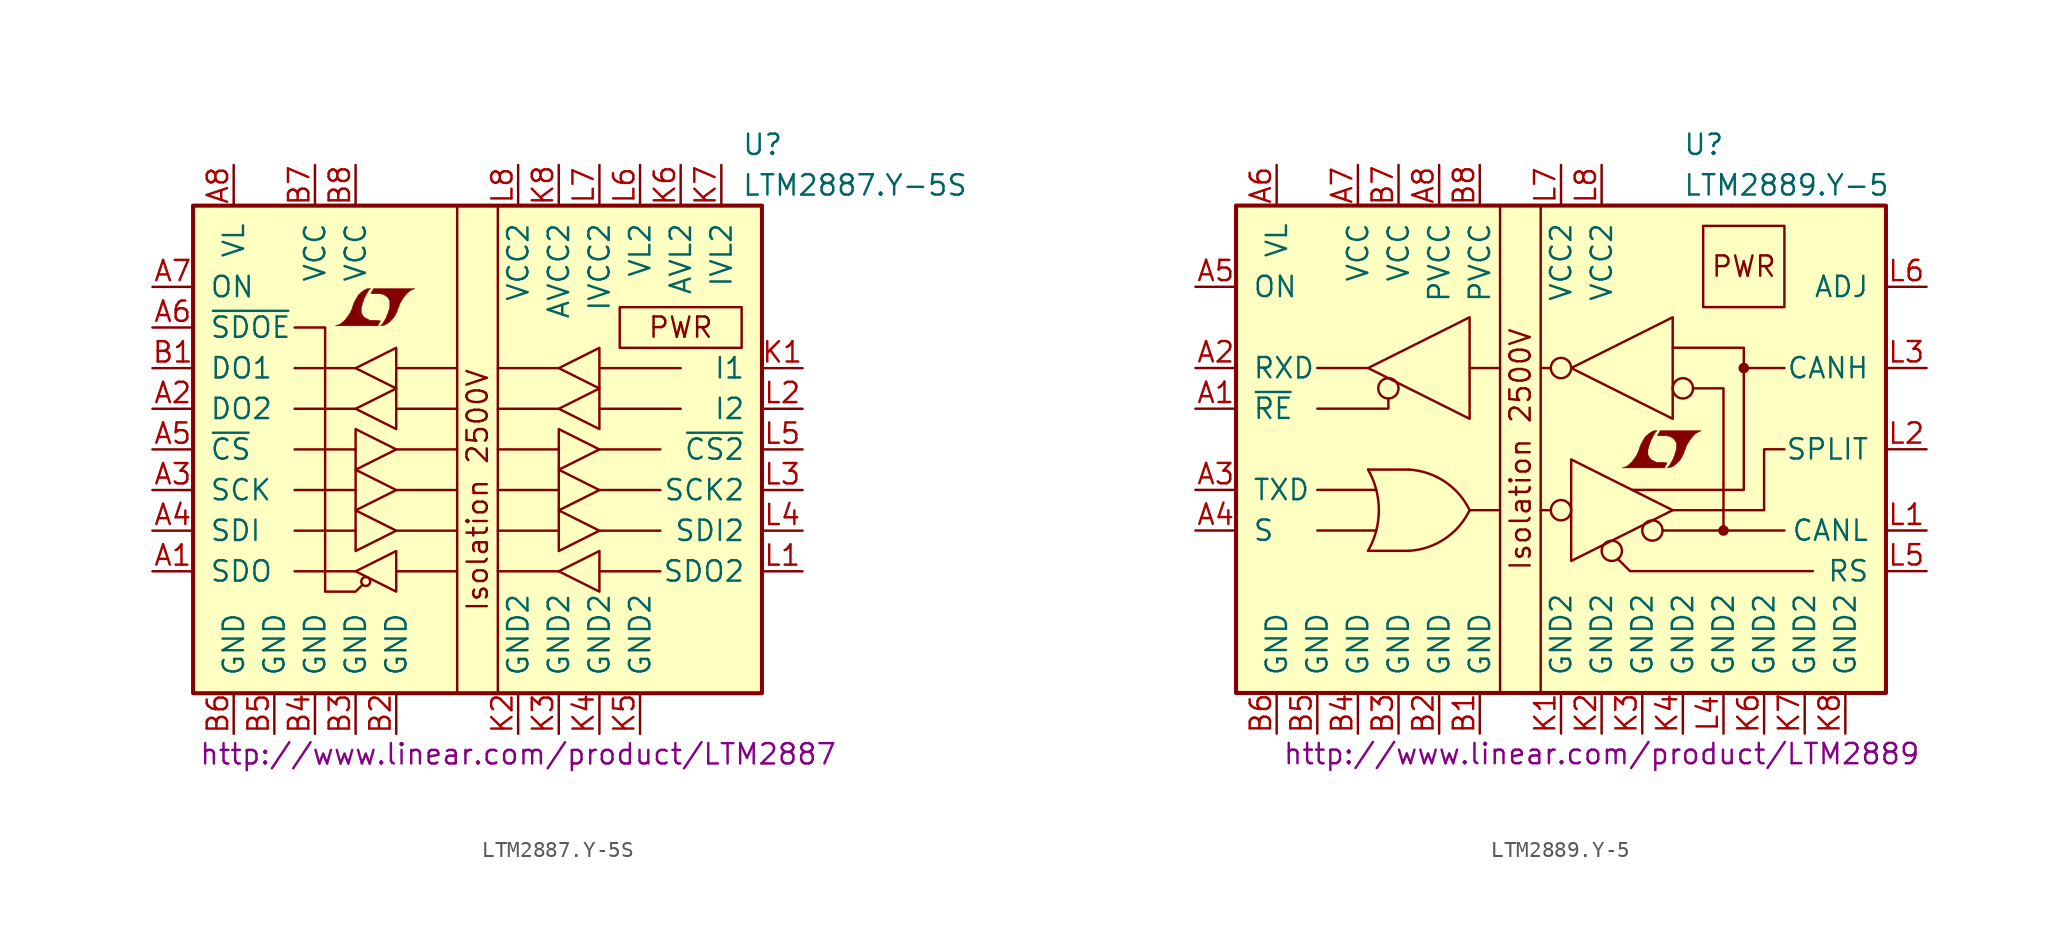
<source format=kicad_sym>
(kicad_symbol_lib
  (version 20201005)
  (generator kicad_symbol_editor)
  (symbol "LTM2887.Y-5S"
    (pin_names
      (offset 1.016))
    (property "Reference" "U"
      (at 16.51 19.05 0)
      (effects (font (size 1.27 1.27)) (justify left)))
    (property "Value" "LTM2887.Y-5S"
      (at 16.51 16.51 0)
      (effects (font (size 1.27 1.27)) (justify left)))
    (property "Datasheet" "http://www.linear.com/product/LTM2887"
      (at 2.54 -19.05 0)
      (effects (font (size 1.27 1.27))))
    (symbol "LTM2887.Y-5S_0_0"
      (text "Isolation 2500V" (at 0 -2.54 900) (effects (font (size 1.27 1.27))))
      (text "PWR" (at 12.7 7.62 0) (effects (font (size 1.27 1.27))))
      (rectangle (start 8.89 8.89) (end 16.51 6.35) (stroke (width 0)) (fill (type none)))
      (polyline (pts (xy -6.147 7.899) (xy -6.121 7.925) (xy -6.071 8.026) (xy -6.071 8.052) (xy -6.198 8.052) (xy -6.299 8.077) (xy -6.756 8.077) (xy -6.782 8.103) (xy -7.036 8.23) (xy -7.137 8.331) (xy -7.214 8.458) (xy -7.264 8.56) (xy -7.264 8.865) (xy -7.214 9.017) (xy -7.188 9.119) (xy -7.163 9.195) (xy -7.112 9.322) (xy -7.061 9.474) (xy -6.985 9.601) (xy -6.934 9.728) (xy -6.858 9.83) (xy -6.807 9.931) (xy -6.68 10.058) (xy -6.858 10.058) (xy -6.985 10.008) (xy -7.087 9.957) (xy -7.163 9.906) (xy -7.29 9.804) (xy -7.468 9.627) (xy -7.722 9.169) (xy -7.823 8.89) (xy -7.823 8.839) (xy -7.874 8.738) (xy -7.925 8.611) (xy -7.976 8.509) (xy -8.103 8.331) (xy -8.255 8.128) (xy -8.407 7.976) (xy -8.56 7.849) (xy -8.738 7.772) (xy -8.89 7.722) (xy -6.223 7.722) (xy -6.147 7.899)) (stroke (width 0.025)) (fill (type outline)))
      (polyline (pts (xy -5.944 7.747) (xy -5.867 7.747) (xy -5.69 7.823) (xy -5.537 7.925) (xy -5.258 8.204) (xy -5.131 8.407) (xy -5.029 8.611) (xy -4.953 8.865) (xy -4.928 8.865) (xy -4.851 9.119) (xy -4.597 9.525) (xy -4.445 9.703) (xy -4.293 9.855) (xy -4.14 9.957) (xy -3.962 10.033) (xy -3.937 10.033) (xy -3.937 10.058) (xy -6.502 10.058) (xy -6.579 9.906) (xy -6.604 9.881) (xy -6.655 9.779) (xy -6.68 9.754) (xy -6.629 9.754) (xy -6.579 9.728) (xy -6.045 9.728) (xy -5.994 9.703) (xy -5.944 9.703) (xy -5.867 9.677) (xy -5.74 9.601) (xy -5.613 9.5) (xy -5.537 9.373) (xy -5.512 9.322) (xy -5.486 9.296) (xy -5.486 8.89) (xy -5.512 8.839) (xy -5.512 8.763) (xy -5.563 8.661) (xy -5.588 8.534) (xy -5.664 8.382) (xy -5.715 8.23) (xy -5.867 7.976) (xy -5.918 7.874) (xy -6.071 7.722) (xy -5.944 7.747)) (stroke (width 0.025)) (fill (type outline))))
    (symbol "LTM2887.Y-5S_0_1"
      (circle (center -6.985 -8.255) (radius 0.279) (stroke (width 0)) (fill (type none)))
      (rectangle (start -17.78 15.24) (end 17.78 -15.24) (stroke (width 0.254)) (fill (type background)))
      (rectangle (start -1.27 15.24) (end 1.27 -15.24) (stroke (width 0)) (fill (type none)))
      (polyline (pts (xy -11.43 -5.08) (xy -7.62 -5.08)) (stroke (width 0)) (fill (type none)))
      (polyline (pts (xy -11.43 -2.54) (xy -7.62 -2.54)) (stroke (width 0)) (fill (type none)))
      (polyline (pts (xy -7.62 -7.62) (xy -11.43 -7.62)) (stroke (width 0)) (fill (type none)))
      (polyline (pts (xy -7.62 0) (xy -11.43 0)) (stroke (width 0)) (fill (type none)))
      (polyline (pts (xy -7.62 2.54) (xy -11.43 2.54)) (stroke (width 0)) (fill (type none)))
      (polyline (pts (xy -7.62 5.08) (xy -11.43 5.08)) (stroke (width 0)) (fill (type none)))
      (polyline (pts (xy -5.08 -7.62) (xy -1.27 -7.62)) (stroke (width 0)) (fill (type none)))
      (polyline (pts (xy -5.08 -5.08) (xy -1.27 -5.08)) (stroke (width 0)) (fill (type none)))
      (polyline (pts (xy -5.08 -2.54) (xy -1.27 -2.54)) (stroke (width 0)) (fill (type none)))
      (polyline (pts (xy -5.08 0) (xy -1.27 0)) (stroke (width 0)) (fill (type none)))
      (polyline (pts (xy -5.08 2.54) (xy -1.27 2.54)) (stroke (width 0)) (fill (type none)))
      (polyline (pts (xy -5.08 5.08) (xy -1.27 5.08)) (stroke (width 0)) (fill (type none)))
      (polyline (pts (xy 1.27 -5.08) (xy 5.08 -5.08)) (stroke (width 0)) (fill (type none)))
      (polyline (pts (xy 1.27 -2.54) (xy 5.08 -2.54)) (stroke (width 0)) (fill (type none)))
      (polyline (pts (xy 5.08 -7.62) (xy 1.27 -7.62)) (stroke (width 0)) (fill (type none)))
      (polyline (pts (xy 5.08 0) (xy 1.27 0)) (stroke (width 0)) (fill (type none)))
      (polyline (pts (xy 5.08 2.54) (xy 1.27 2.54)) (stroke (width 0)) (fill (type none)))
      (polyline (pts (xy 5.08 5.08) (xy 1.27 5.08)) (stroke (width 0)) (fill (type none)))
      (polyline (pts (xy 7.62 -7.62) (xy 11.43 -7.62)) (stroke (width 0)) (fill (type none)))
      (polyline (pts (xy 7.62 -5.08) (xy 11.43 -5.08)) (stroke (width 0)) (fill (type none)))
      (polyline (pts (xy 7.62 -2.54) (xy 11.43 -2.54)) (stroke (width 0)) (fill (type none)))
      (polyline (pts (xy 7.62 0) (xy 11.43 0)) (stroke (width 0)) (fill (type none)))
      (polyline (pts (xy 7.62 2.54) (xy 12.7 2.54)) (stroke (width 0)) (fill (type none)))
      (polyline (pts (xy 7.62 5.08) (xy 12.7 5.08)) (stroke (width 0)) (fill (type none)))
      (polyline (pts (xy -7.62 -7.62) (xy -5.08 -6.35) (xy -5.08 -8.89) (xy -7.62 -7.62)) (stroke (width 0)) (fill (type none)))
      (polyline (pts (xy -7.62 -6.35) (xy -7.62 -3.81) (xy -5.08 -5.08) (xy -7.62 -6.35)) (stroke (width 0)) (fill (type none)))
      (polyline (pts (xy -7.62 5.08) (xy -5.08 6.35) (xy -5.08 3.81) (xy -7.62 5.08)) (stroke (width 0)) (fill (type none)))
      (polyline (pts (xy -5.08 -2.54) (xy -7.62 -1.27) (xy -7.62 -3.81) (xy -5.08 -2.54)) (stroke (width 0)) (fill (type none)))
      (polyline (pts (xy -5.08 0) (xy -7.62 1.27) (xy -7.62 -1.27) (xy -5.08 0)) (stroke (width 0)) (fill (type none)))
      (polyline (pts (xy -5.08 3.81) (xy -7.62 2.54) (xy -5.08 1.27) (xy -5.08 3.81)) (stroke (width 0)) (fill (type none)))
      (polyline (pts (xy 5.08 -7.62) (xy 7.62 -6.35) (xy 7.62 -8.89) (xy 5.08 -7.62)) (stroke (width 0)) (fill (type none)))
      (polyline (pts (xy 5.08 -6.35) (xy 5.08 -3.81) (xy 7.62 -5.08) (xy 5.08 -6.35)) (stroke (width 0)) (fill (type none)))
      (polyline (pts (xy 5.08 5.08) (xy 7.62 6.35) (xy 7.62 3.81) (xy 5.08 5.08)) (stroke (width 0)) (fill (type none)))
      (polyline (pts (xy 7.62 -2.54) (xy 5.08 -1.27) (xy 5.08 -3.81) (xy 7.62 -2.54)) (stroke (width 0)) (fill (type none)))
      (polyline (pts (xy 7.62 0) (xy 5.08 1.27) (xy 5.08 -1.27) (xy 7.62 0)) (stroke (width 0)) (fill (type none)))
      (polyline (pts (xy 7.62 3.81) (xy 5.08 2.54) (xy 7.62 1.27) (xy 7.62 3.81)) (stroke (width 0)) (fill (type none)))
      (polyline (pts (xy -7.239 -8.509) (xy -7.62 -8.89) (xy -9.525 -8.89) (xy -9.525 7.62) (xy -11.43 7.62)) (stroke (width 0)) (fill (type none))))
    (symbol "LTM2887.Y-5S_1_1"
      (pin output line (at -20.32 -7.62 0) (length 2.54) (name "SDO" (effects (font (size 1.27 1.27)))) (number "A1" (effects (font (size 1.27 1.27)))))
      (pin output line (at -20.32 2.54 0) (length 2.54) (name "DO2" (effects (font (size 1.27 1.27)))) (number "A2" (effects (font (size 1.27 1.27)))))
      (pin input line (at -20.32 -2.54 0) (length 2.54) (name "SCK" (effects (font (size 1.27 1.27)))) (number "A3" (effects (font (size 1.27 1.27)))))
      (pin input line (at -20.32 -5.08 0) (length 2.54) (name "SDI" (effects (font (size 1.27 1.27)))) (number "A4" (effects (font (size 1.27 1.27)))))
      (pin input line (at -20.32 0 0) (length 2.54) (name "~CS~" (effects (font (size 1.27 1.27)))) (number "A5" (effects (font (size 1.27 1.27)))))
      (pin input line (at -20.32 7.62 0) (length 2.54) (name "~SDOE~" (effects (font (size 1.27 1.27)))) (number "A6" (effects (font (size 1.27 1.27)))))
      (pin input line (at -20.32 10.16 0) (length 2.54) (name "ON" (effects (font (size 1.27 1.27)))) (number "A7" (effects (font (size 1.27 1.27)))))
      (pin power_in line (at -15.24 17.78 270) (length 2.54) (name "VL" (effects (font (size 1.27 1.27)))) (number "A8" (effects (font (size 1.27 1.27)))))
      (pin output line (at -20.32 5.08 0) (length 2.54) (name "DO1" (effects (font (size 1.27 1.27)))) (number "B1" (effects (font (size 1.27 1.27)))))
      (pin power_in line (at -5.08 -17.78 90) (length 2.54) (name "GND" (effects (font (size 1.27 1.27)))) (number "B2" (effects (font (size 1.27 1.27)))))
      (pin power_in line (at -7.62 -17.78 90) (length 2.54) (name "GND" (effects (font (size 1.27 1.27)))) (number "B3" (effects (font (size 1.27 1.27)))))
      (pin power_in line (at -10.16 -17.78 90) (length 2.54) (name "GND" (effects (font (size 1.27 1.27)))) (number "B4" (effects (font (size 1.27 1.27)))))
      (pin power_in line (at -12.7 -17.78 90) (length 2.54) (name "GND" (effects (font (size 1.27 1.27)))) (number "B5" (effects (font (size 1.27 1.27)))))
      (pin power_in line (at -15.24 -17.78 90) (length 2.54) (name "GND" (effects (font (size 1.27 1.27)))) (number "B6" (effects (font (size 1.27 1.27)))))
      (pin power_in line (at -10.16 17.78 270) (length 2.54) (name "VCC" (effects (font (size 1.27 1.27)))) (number "B7" (effects (font (size 1.27 1.27)))))
      (pin power_in line (at -7.62 17.78 270) (length 2.54) (name "VCC" (effects (font (size 1.27 1.27)))) (number "B8" (effects (font (size 1.27 1.27)))))
      (pin input line (at 20.32 5.08 180) (length 2.54) (name "I1" (effects (font (size 1.27 1.27)))) (number "K1" (effects (font (size 1.27 1.27)))))
      (pin power_out line (at 2.54 -17.78 90) (length 2.54) (name "GND2" (effects (font (size 1.27 1.27)))) (number "K2" (effects (font (size 1.27 1.27)))))
      (pin power_in line (at 5.08 -17.78 90) (length 2.54) (name "GND2" (effects (font (size 1.27 1.27)))) (number "K3" (effects (font (size 1.27 1.27)))))
      (pin power_in line (at 7.62 -17.78 90) (length 2.54) (name "GND2" (effects (font (size 1.27 1.27)))) (number "K4" (effects (font (size 1.27 1.27)))))
      (pin power_in line (at 10.16 -17.78 90) (length 2.54) (name "GND2" (effects (font (size 1.27 1.27)))) (number "K5" (effects (font (size 1.27 1.27)))))
      (pin passive line (at 12.7 17.78 270) (length 2.54) (name "AVL2" (effects (font (size 1.27 1.27)))) (number "K6" (effects (font (size 1.27 1.27)))))
      (pin passive line (at 15.24 17.78 270) (length 2.54) (name "IVL2" (effects (font (size 1.27 1.27)))) (number "K7" (effects (font (size 1.27 1.27)))))
      (pin passive line (at 5.08 17.78 270) (length 2.54) (name "AVCC2" (effects (font (size 1.27 1.27)))) (number "K8" (effects (font (size 1.27 1.27)))))
      (pin input line (at 20.32 -7.62 180) (length 2.54) (name "SDO2" (effects (font (size 1.27 1.27)))) (number "L1" (effects (font (size 1.27 1.27)))))
      (pin input line (at 20.32 2.54 180) (length 2.54) (name "I2" (effects (font (size 1.27 1.27)))) (number "L2" (effects (font (size 1.27 1.27)))))
      (pin output line (at 20.32 -2.54 180) (length 2.54) (name "SCK2" (effects (font (size 1.27 1.27)))) (number "L3" (effects (font (size 1.27 1.27)))))
      (pin bidirectional line (at 20.32 -5.08 180) (length 2.54) (name "SDI2" (effects (font (size 1.27 1.27)))) (number "L4" (effects (font (size 1.27 1.27)))))
      (pin output line (at 20.32 0 180) (length 2.54) (name "~CS2~" (effects (font (size 1.27 1.27)))) (number "L5" (effects (font (size 1.27 1.27)))))
      (pin power_out line (at 10.16 17.78 270) (length 2.54) (name "VL2" (effects (font (size 1.27 1.27)))) (number "L6" (effects (font (size 1.27 1.27)))))
      (pin passive line (at 7.62 17.78 270) (length 2.54) (name "IVCC2" (effects (font (size 1.27 1.27)))) (number "L7" (effects (font (size 1.27 1.27)))))
      (pin power_out line (at 2.54 17.78 270) (length 2.54) (name "VCC2" (effects (font (size 1.27 1.27)))) (number "L8" (effects (font (size 1.27 1.27)))))))
  (symbol "LTM2889.Y-5"
    (pin_names
      (offset 1.016))
    (property "Reference" "U"
      (at 7.62 19.05 0)
      (effects (font (size 1.27 1.27)) (justify left)))
    (property "Value" "LTM2889.Y-5"
      (at 7.62 16.51 0)
      (effects (font (size 1.27 1.27)) (justify left)))
    (property "Datasheet" "http://www.linear.com/product/LTM2889"
      (at 2.54 -19.05 0)
      (effects (font (size 1.27 1.27))))
    (symbol "LTM2889.Y-5_0_0"
      (text "Isolation 2500V" (at -2.54 0 900) (effects (font (size 1.27 1.27))))
      (text "PWR" (at 11.43 11.43 0) (effects (font (size 1.27 1.27))))
      (rectangle (start 8.89 13.97) (end 13.97 8.89) (stroke (width 0)) (fill (type none)))
      (polyline (pts (xy 6.553 -0.991) (xy 6.579 -0.965) (xy 6.629 -0.864) (xy 6.629 -0.838) (xy 6.502 -0.838) (xy 6.401 -0.813) (xy 5.944 -0.813) (xy 5.918 -0.787) (xy 5.664 -0.66) (xy 5.563 -0.559) (xy 5.486 -0.432) (xy 5.436 -0.33) (xy 5.436 -0.025) (xy 5.486 0.127) (xy 5.512 0.229) (xy 5.537 0.305) (xy 5.588 0.432) (xy 5.639 0.584) (xy 5.715 0.711) (xy 5.766 0.838) (xy 5.842 0.94) (xy 5.893 1.041) (xy 6.02 1.168) (xy 5.842 1.168) (xy 5.715 1.118) (xy 5.613 1.067) (xy 5.537 1.016) (xy 5.41 0.914) (xy 5.232 0.737) (xy 4.978 0.279) (xy 4.877 0) (xy 4.877 -0.051) (xy 4.826 -0.152) (xy 4.775 -0.279) (xy 4.724 -0.381) (xy 4.597 -0.559) (xy 4.445 -0.762) (xy 4.293 -0.914) (xy 4.14 -1.041) (xy 3.962 -1.118) (xy 3.81 -1.168) (xy 6.477 -1.168) (xy 6.553 -0.991)) (stroke (width 0.025)) (fill (type outline)))
      (polyline (pts (xy 6.756 -1.143) (xy 6.833 -1.143) (xy 7.01 -1.067) (xy 7.163 -0.965) (xy 7.442 -0.686) (xy 7.569 -0.483) (xy 7.671 -0.279) (xy 7.747 -0.025) (xy 7.772 -0.025) (xy 7.849 0.229) (xy 8.103 0.635) (xy 8.255 0.813) (xy 8.407 0.965) (xy 8.56 1.067) (xy 8.738 1.143) (xy 8.763 1.143) (xy 8.763 1.168) (xy 6.198 1.168) (xy 6.121 1.016) (xy 6.096 0.991) (xy 6.045 0.889) (xy 6.02 0.864) (xy 6.071 0.864) (xy 6.121 0.838) (xy 6.655 0.838) (xy 6.706 0.813) (xy 6.756 0.813) (xy 6.833 0.787) (xy 6.96 0.711) (xy 7.087 0.61) (xy 7.163 0.483) (xy 7.188 0.432) (xy 7.214 0.406) (xy 7.214 0) (xy 7.188 -0.051) (xy 7.188 -0.127) (xy 7.137 -0.229) (xy 7.112 -0.356) (xy 7.036 -0.508) (xy 6.985 -0.66) (xy 6.833 -0.914) (xy 6.782 -1.016) (xy 6.629 -1.168) (xy 6.756 -1.143)) (stroke (width 0.025)) (fill (type outline))))
    (symbol "LTM2889.Y-5_0_1"
      (arc (start -12.065 -6.35) (end -12.065 -1.27) (radius (at -16.51 -3.81) (length 5.1308) (angles -29.7 29.7)) (stroke (width 0)) (fill (type none)))
      (arc (start -5.715 -3.81) (end -9.525 -1.27) (radius (at -9.779 -5.7912) (length 4.5212) (angles 26 86.8)) (stroke (width 0)) (fill (type none)))
      (arc (start -9.525 -6.35) (end -5.715 -3.81) (radius (at -9.779 -1.8542) (length 4.4958) (angles -86.8 -25.7)) (stroke (width 0)) (fill (type none)))
      (circle (center -10.795 3.81) (radius 0.635) (stroke (width 0)) (fill (type none)))
      (circle (center 0 -3.81) (radius 0.635) (stroke (width 0)) (fill (type none)))
      (circle (center 0 5.08) (radius 0.635) (stroke (width 0)) (fill (type none)))
      (circle (center 3.175 -6.35) (radius 0.635) (stroke (width 0)) (fill (type none)))
      (circle (center 5.715 -5.08) (radius 0.635) (stroke (width 0)) (fill (type none)))
      (circle (center 7.62 3.81) (radius 0.635) (stroke (width 0)) (fill (type none)))
      (circle (center 10.16 -5.08) (radius 0.254) (stroke (width 0)) (fill (type outline)))
      (circle (center 11.43 5.08) (radius 0.254) (stroke (width 0)) (fill (type outline)))
      (rectangle (start -20.32 15.24) (end 20.32 -15.24) (stroke (width 0.254)) (fill (type background)))
      (rectangle (start -3.81 15.24) (end -1.27 -15.24) (stroke (width 0)) (fill (type none)))
      (polyline (pts (xy -15.24 -5.08) (xy -11.557 -5.08)) (stroke (width 0)) (fill (type none)))
      (polyline (pts (xy -15.24 -2.54) (xy -11.557 -2.54)) (stroke (width 0)) (fill (type none)))
      (polyline (pts (xy -12.065 -1.27) (xy -9.525 -1.27)) (stroke (width 0)) (fill (type none)))
      (polyline (pts (xy -12.065 5.08) (xy -15.24 5.08)) (stroke (width 0)) (fill (type none)))
      (polyline (pts (xy -9.525 -6.35) (xy -12.065 -6.35)) (stroke (width 0)) (fill (type none)))
      (polyline (pts (xy -5.715 -3.81) (xy -3.81 -3.81)) (stroke (width 0)) (fill (type none)))
      (polyline (pts (xy -3.81 5.08) (xy -5.715 5.08)) (stroke (width 0)) (fill (type none)))
      (polyline (pts (xy -0.635 -3.81) (xy -1.27 -3.81)) (stroke (width 0)) (fill (type none)))
      (polyline (pts (xy -0.635 5.08) (xy -1.27 5.08)) (stroke (width 0)) (fill (type none)))
      (polyline (pts (xy 6.35 -5.08) (xy 13.97 -5.08)) (stroke (width 0)) (fill (type none)))
      (polyline (pts (xy 11.43 5.08) (xy 13.97 5.08)) (stroke (width 0)) (fill (type none)))
      (polyline (pts (xy -10.795 3.175) (xy -10.795 2.54) (xy -15.24 2.54)) (stroke (width 0)) (fill (type none)))
      (polyline (pts (xy 8.255 3.81) (xy 10.16 3.81) (xy 10.16 -5.08)) (stroke (width 0)) (fill (type none)))
      (polyline (pts (xy 15.748 -7.62) (xy 4.318 -7.62) (xy 3.556 -6.858)) (stroke (width 0)) (fill (type none)))
      (polyline (pts (xy -12.065 5.08) (xy -5.715 1.905) (xy -5.715 8.255) (xy -12.065 5.08)) (stroke (width 0)) (fill (type none)))
      (polyline (pts (xy 0.635 -0.635) (xy 0.635 -6.985) (xy 6.985 -3.81) (xy 0.635 -0.635)) (stroke (width 0)) (fill (type none)))
      (polyline (pts (xy 0.635 5.08) (xy 6.985 1.905) (xy 6.985 8.255) (xy 0.635 5.08)) (stroke (width 0)) (fill (type none)))
      (polyline (pts (xy 6.985 -3.81) (xy 12.7 -3.81) (xy 12.7 0) (xy 13.97 0)) (stroke (width 0)) (fill (type none)))
      (polyline (pts (xy 6.985 6.35) (xy 11.43 6.35) (xy 11.43 -2.54) (xy 4.445 -2.54)) (stroke (width 0)) (fill (type none))))
    (symbol "LTM2889.Y-5_1_1"
      (pin input line (at -22.86 2.54 0) (length 2.54) (name "~RE~" (effects (font (size 1.27 1.27)))) (number "A1" (effects (font (size 1.27 1.27)))))
      (pin output line (at -22.86 5.08 0) (length 2.54) (name "RXD" (effects (font (size 1.27 1.27)))) (number "A2" (effects (font (size 1.27 1.27)))))
      (pin input line (at -22.86 -2.54 0) (length 2.54) (name "TXD" (effects (font (size 1.27 1.27)))) (number "A3" (effects (font (size 1.27 1.27)))))
      (pin input line (at -22.86 -5.08 0) (length 2.54) (name "S" (effects (font (size 1.27 1.27)))) (number "A4" (effects (font (size 1.27 1.27)))))
      (pin input line (at -22.86 10.16 0) (length 2.54) (name "ON" (effects (font (size 1.27 1.27)))) (number "A5" (effects (font (size 1.27 1.27)))))
      (pin power_in line (at -17.78 17.78 270) (length 2.54) (name "VL" (effects (font (size 1.27 1.27)))) (number "A6" (effects (font (size 1.27 1.27)))))
      (pin power_in line (at -12.7 17.78 270) (length 2.54) (name "VCC" (effects (font (size 1.27 1.27)))) (number "A7" (effects (font (size 1.27 1.27)))))
      (pin power_in line (at -7.62 17.78 270) (length 2.54) (name "PVCC" (effects (font (size 1.27 1.27)))) (number "A8" (effects (font (size 1.27 1.27)))))
      (pin power_in line (at -5.08 -17.78 90) (length 2.54) (name "GND" (effects (font (size 1.27 1.27)))) (number "B1" (effects (font (size 1.27 1.27)))))
      (pin power_in line (at -7.62 -17.78 90) (length 2.54) (name "GND" (effects (font (size 1.27 1.27)))) (number "B2" (effects (font (size 1.27 1.27)))))
      (pin power_in line (at -10.16 -17.78 90) (length 2.54) (name "GND" (effects (font (size 1.27 1.27)))) (number "B3" (effects (font (size 1.27 1.27)))))
      (pin power_in line (at -12.7 -17.78 90) (length 2.54) (name "GND" (effects (font (size 1.27 1.27)))) (number "B4" (effects (font (size 1.27 1.27)))))
      (pin power_in line (at -15.24 -17.78 90) (length 2.54) (name "GND" (effects (font (size 1.27 1.27)))) (number "B5" (effects (font (size 1.27 1.27)))))
      (pin power_in line (at -17.78 -17.78 90) (length 2.54) (name "GND" (effects (font (size 1.27 1.27)))) (number "B6" (effects (font (size 1.27 1.27)))))
      (pin power_in line (at -10.16 17.78 270) (length 2.54) (name "VCC" (effects (font (size 1.27 1.27)))) (number "B7" (effects (font (size 1.27 1.27)))))
      (pin power_in line (at -5.08 17.78 270) (length 2.54) (name "PVCC" (effects (font (size 1.27 1.27)))) (number "B8" (effects (font (size 1.27 1.27)))))
      (pin power_out line (at 0 -17.78 90) (length 2.54) (name "GND2" (effects (font (size 1.27 1.27)))) (number "K1" (effects (font (size 1.27 1.27)))))
      (pin power_in line (at 2.54 -17.78 90) (length 2.54) (name "GND2" (effects (font (size 1.27 1.27)))) (number "K2" (effects (font (size 1.27 1.27)))))
      (pin power_in line (at 5.08 -17.78 90) (length 2.54) (name "GND2" (effects (font (size 1.27 1.27)))) (number "K3" (effects (font (size 1.27 1.27)))))
      (pin power_in line (at 7.62 -17.78 90) (length 2.54) (name "GND2" (effects (font (size 1.27 1.27)))) (number "K4" (effects (font (size 1.27 1.27)))))
      (pin unconnected line (at 22.86 12.7 180) (length 2.54) hide (name "DNC" (effects (font (size 1.27 1.27)))) (number "K5" (effects (font (size 1.27 1.27)))))
      (pin power_in line (at 12.7 -17.78 90) (length 2.54) (name "GND2" (effects (font (size 1.27 1.27)))) (number "K6" (effects (font (size 1.27 1.27)))))
      (pin power_in line (at 15.24 -17.78 90) (length 2.54) (name "GND2" (effects (font (size 1.27 1.27)))) (number "K7" (effects (font (size 1.27 1.27)))))
      (pin power_in line (at 17.78 -17.78 90) (length 2.54) (name "GND2" (effects (font (size 1.27 1.27)))) (number "K8" (effects (font (size 1.27 1.27)))))
      (pin passive line (at 22.86 -5.08 180) (length 2.54) (name "CANL" (effects (font (size 1.27 1.27)))) (number "L1" (effects (font (size 1.27 1.27)))))
      (pin passive line (at 22.86 0 180) (length 2.54) (name "SPLIT" (effects (font (size 1.27 1.27)))) (number "L2" (effects (font (size 1.27 1.27)))))
      (pin passive line (at 22.86 5.08 180) (length 2.54) (name "CANH" (effects (font (size 1.27 1.27)))) (number "L3" (effects (font (size 1.27 1.27)))))
      (pin power_in line (at 10.16 -17.78 90) (length 2.54) (name "GND2" (effects (font (size 1.27 1.27)))) (number "L4" (effects (font (size 1.27 1.27)))))
      (pin input line (at 22.86 -7.62 180) (length 2.54) (name "RS" (effects (font (size 1.27 1.27)))) (number "L5" (effects (font (size 1.27 1.27)))))
      (pin passive line (at 22.86 10.16 180) (length 2.54) (name "ADJ" (effects (font (size 1.27 1.27)))) (number "L6" (effects (font (size 1.27 1.27)))))
      (pin power_out line (at 0 17.78 270) (length 2.54) (name "VCC2" (effects (font (size 1.27 1.27)))) (number "L7" (effects (font (size 1.27 1.27)))))
      (pin power_in line (at 2.54 17.78 270) (length 2.54) (name "VCC2" (effects (font (size 1.27 1.27)))) (number "L8" (effects (font (size 1.27 1.27))))))))
</source>
